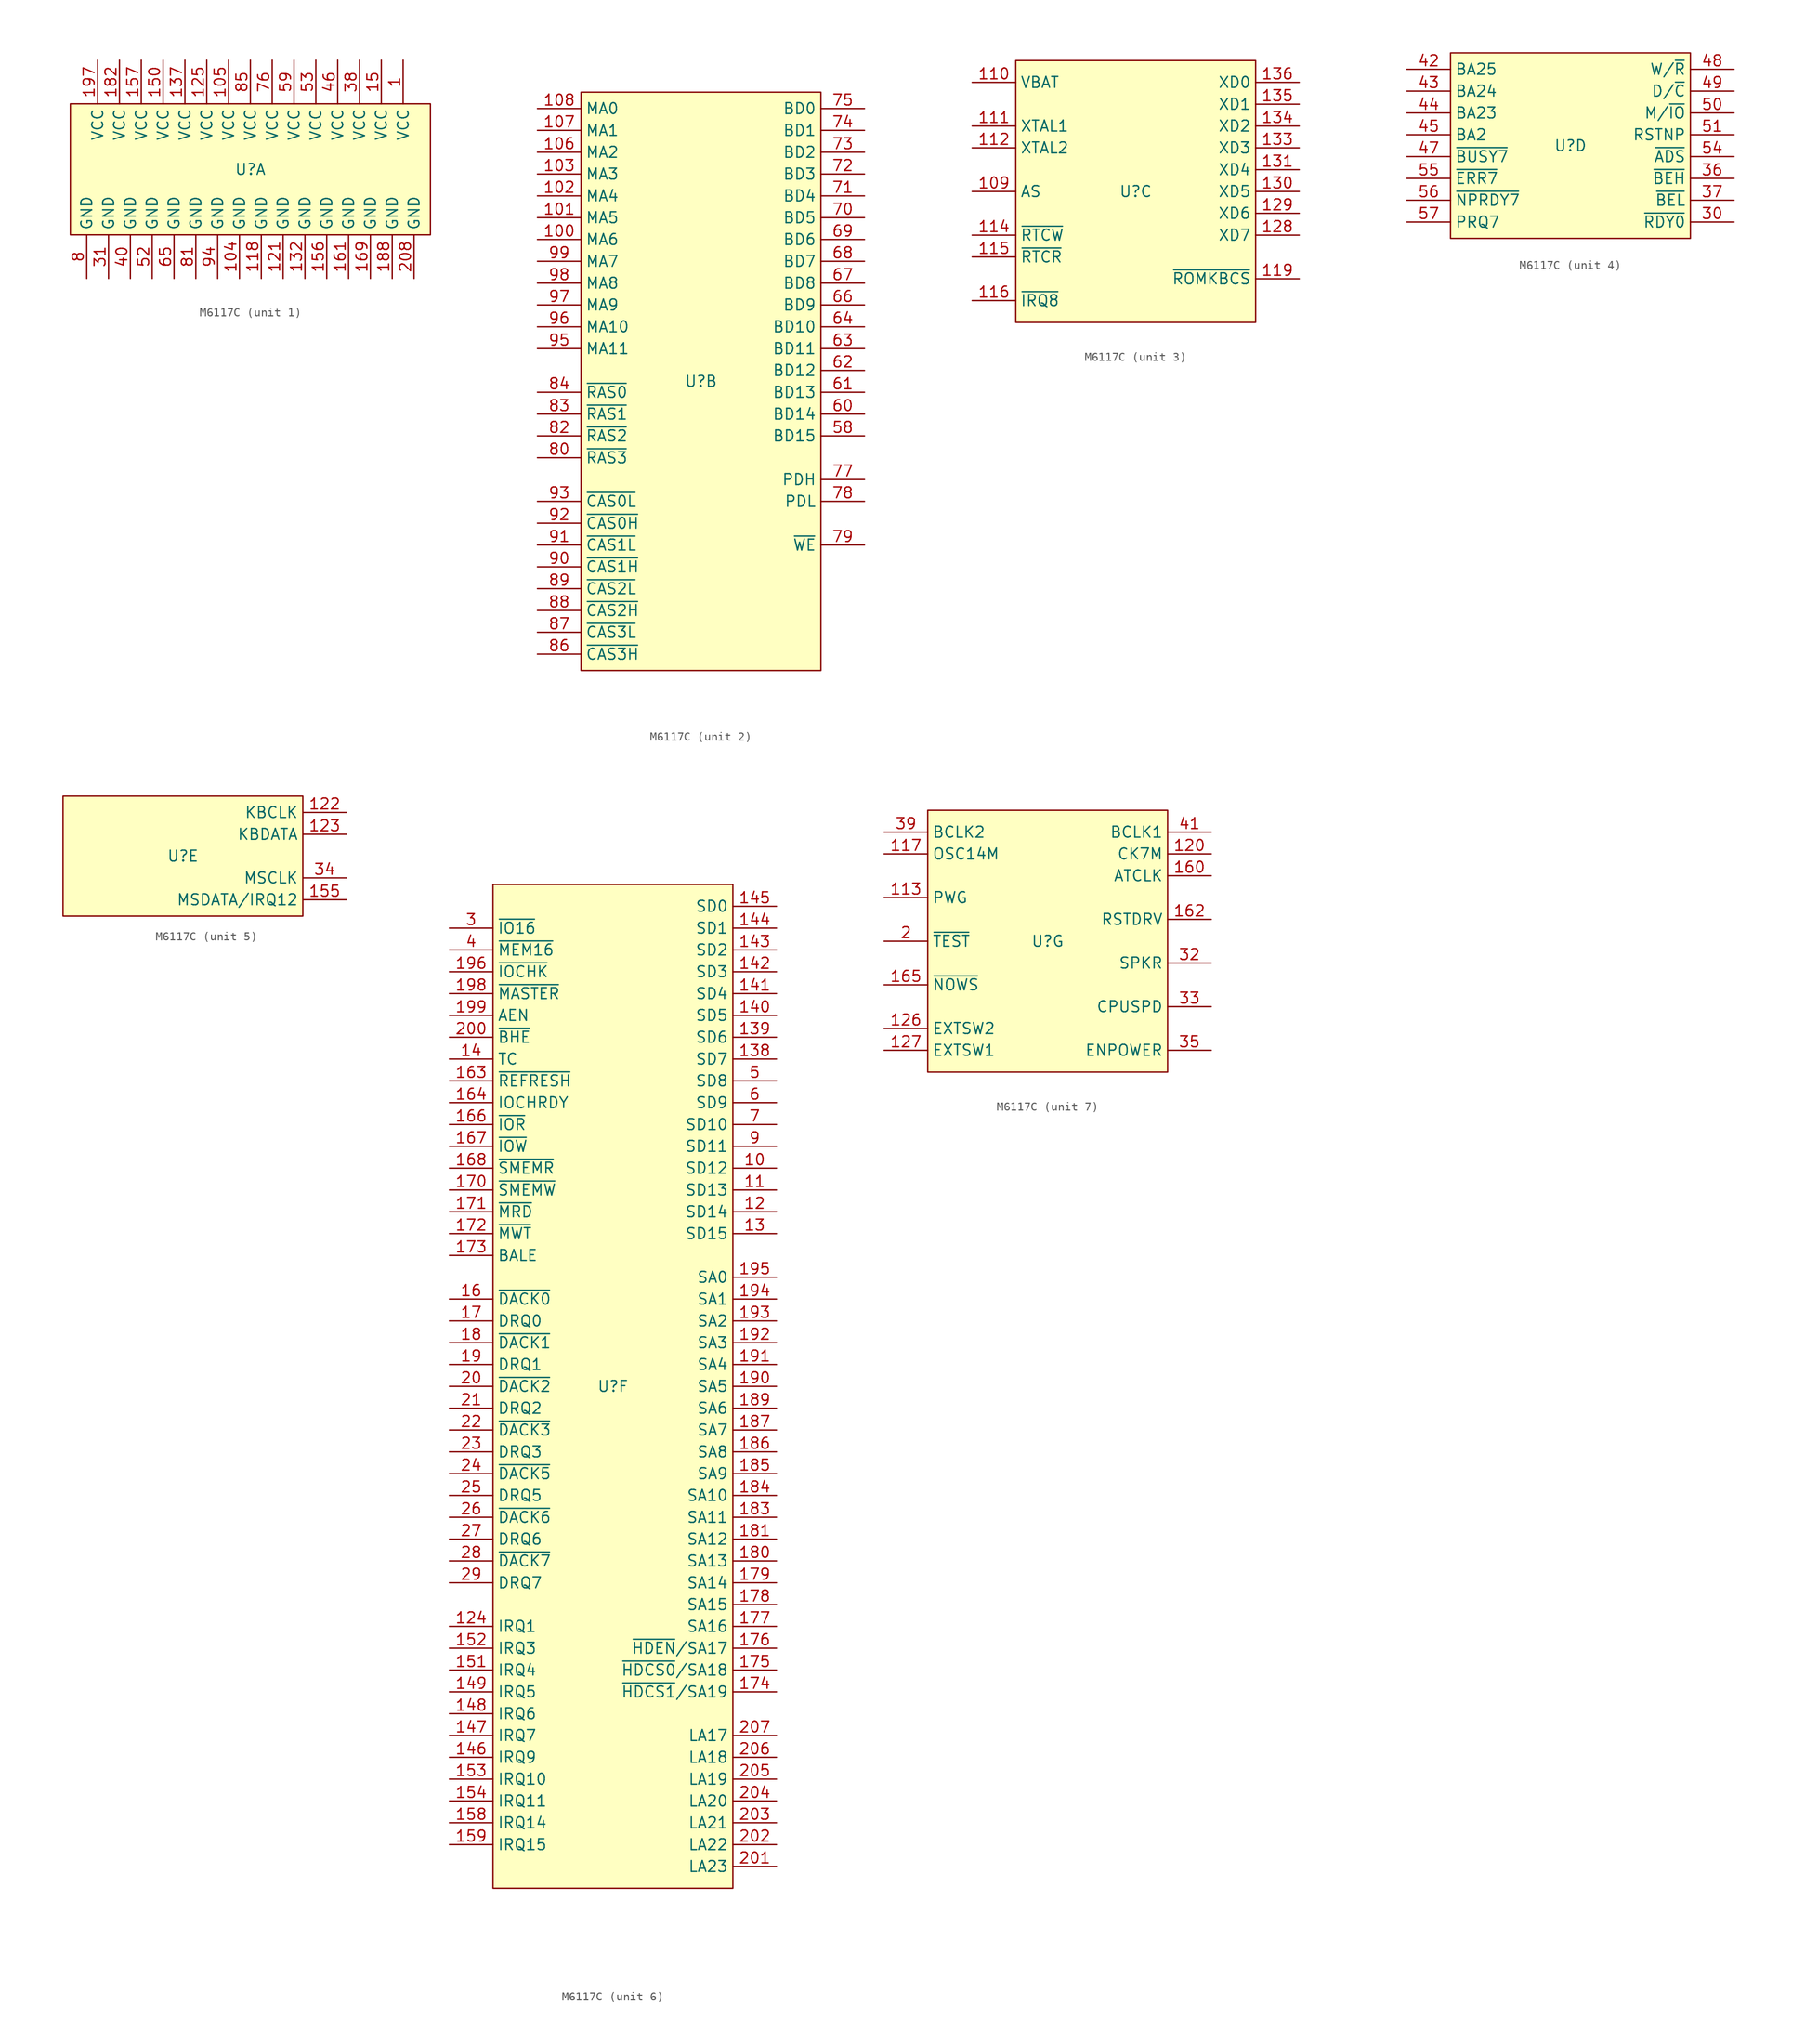
<source format=kicad_sym>
(kicad_symbol_lib
  (version 20231120)
  (generator "kicad_symbol_editor")
  (generator_version "8.0")
  (symbol "M6117C"
    (property "Reference" "U"
      (at 0 0 0)
      (effects (font (size 1.27 1.27))))
    (property "Value" ""
      (at 0 0 0)
      (effects (font (size 1.27 1.27))))
    (property "ki_locked" ""
      (at 0 0 0)
      (effects (font (size 1.27 1.27))))
    (symbol "M6117C_1_0"
      (unit_name "Power")
      (pin power_in line (at 17.78 12.7 270) (length 5.08) (name "VCC" (effects (font (size 1.27 1.27)))) (number "1" (effects (font (size 1.27 1.27)))))
      (pin power_in line (at -1.27 -12.7 90) (length 5.08) (name "GND" (effects (font (size 1.27 1.27)))) (number "104" (effects (font (size 1.27 1.27)))))
      (pin power_in line (at -2.54 12.7 270) (length 5.08) (name "VCC" (effects (font (size 1.27 1.27)))) (number "105" (effects (font (size 1.27 1.27)))))
      (pin power_in line (at 1.27 -12.7 90) (length 5.08) (name "GND" (effects (font (size 1.27 1.27)))) (number "118" (effects (font (size 1.27 1.27)))))
      (pin power_in line (at 3.81 -12.7 90) (length 5.08) (name "GND" (effects (font (size 1.27 1.27)))) (number "121" (effects (font (size 1.27 1.27)))))
      (pin power_in line (at -5.08 12.7 270) (length 5.08) (name "VCC" (effects (font (size 1.27 1.27)))) (number "125" (effects (font (size 1.27 1.27)))))
      (pin power_in line (at 6.35 -12.7 90) (length 5.08) (name "GND" (effects (font (size 1.27 1.27)))) (number "132" (effects (font (size 1.27 1.27)))))
      (pin power_in line (at -7.62 12.7 270) (length 5.08) (name "VCC" (effects (font (size 1.27 1.27)))) (number "137" (effects (font (size 1.27 1.27)))))
      (pin power_in line (at 15.24 12.7 270) (length 5.08) (name "VCC" (effects (font (size 1.27 1.27)))) (number "15" (effects (font (size 1.27 1.27)))))
      (pin power_in line (at -10.16 12.7 270) (length 5.08) (name "VCC" (effects (font (size 1.27 1.27)))) (number "150" (effects (font (size 1.27 1.27)))))
      (pin power_in line (at 8.89 -12.7 90) (length 5.08) (name "GND" (effects (font (size 1.27 1.27)))) (number "156" (effects (font (size 1.27 1.27)))))
      (pin power_in line (at -12.7 12.7 270) (length 5.08) (name "VCC" (effects (font (size 1.27 1.27)))) (number "157" (effects (font (size 1.27 1.27)))))
      (pin power_in line (at 11.43 -12.7 90) (length 5.08) (name "GND" (effects (font (size 1.27 1.27)))) (number "161" (effects (font (size 1.27 1.27)))))
      (pin power_in line (at 13.97 -12.7 90) (length 5.08) (name "GND" (effects (font (size 1.27 1.27)))) (number "169" (effects (font (size 1.27 1.27)))))
      (pin power_in line (at -15.24 12.7 270) (length 5.08) (name "VCC" (effects (font (size 1.27 1.27)))) (number "182" (effects (font (size 1.27 1.27)))))
      (pin power_in line (at 16.51 -12.7 90) (length 5.08) (name "GND" (effects (font (size 1.27 1.27)))) (number "188" (effects (font (size 1.27 1.27)))))
      (pin power_in line (at -17.78 12.7 270) (length 5.08) (name "VCC" (effects (font (size 1.27 1.27)))) (number "197" (effects (font (size 1.27 1.27)))))
      (pin power_in line (at 19.05 -12.7 90) (length 5.08) (name "GND" (effects (font (size 1.27 1.27)))) (number "208" (effects (font (size 1.27 1.27)))))
      (pin power_in line (at -16.51 -12.7 90) (length 5.08) (name "GND" (effects (font (size 1.27 1.27)))) (number "31" (effects (font (size 1.27 1.27)))))
      (pin power_in line (at 12.7 12.7 270) (length 5.08) (name "VCC" (effects (font (size 1.27 1.27)))) (number "38" (effects (font (size 1.27 1.27)))))
      (pin power_in line (at -13.97 -12.7 90) (length 5.08) (name "GND" (effects (font (size 1.27 1.27)))) (number "40" (effects (font (size 1.27 1.27)))))
      (pin power_in line (at 10.16 12.7 270) (length 5.08) (name "VCC" (effects (font (size 1.27 1.27)))) (number "46" (effects (font (size 1.27 1.27)))))
      (pin power_in line (at -11.43 -12.7 90) (length 5.08) (name "GND" (effects (font (size 1.27 1.27)))) (number "52" (effects (font (size 1.27 1.27)))))
      (pin power_in line (at 7.62 12.7 270) (length 5.08) (name "VCC" (effects (font (size 1.27 1.27)))) (number "53" (effects (font (size 1.27 1.27)))))
      (pin power_in line (at 5.08 12.7 270) (length 5.08) (name "VCC" (effects (font (size 1.27 1.27)))) (number "59" (effects (font (size 1.27 1.27)))))
      (pin power_in line (at -8.89 -12.7 90) (length 5.08) (name "GND" (effects (font (size 1.27 1.27)))) (number "65" (effects (font (size 1.27 1.27)))))
      (pin power_in line (at 2.54 12.7 270) (length 5.08) (name "VCC" (effects (font (size 1.27 1.27)))) (number "76" (effects (font (size 1.27 1.27)))))
      (pin power_in line (at -19.05 -12.7 90) (length 5.08) (name "GND" (effects (font (size 1.27 1.27)))) (number "8" (effects (font (size 1.27 1.27)))))
      (pin power_in line (at -6.35 -12.7 90) (length 5.08) (name "GND" (effects (font (size 1.27 1.27)))) (number "81" (effects (font (size 1.27 1.27)))))
      (pin power_in line (at 0 12.7 270) (length 5.08) (name "VCC" (effects (font (size 1.27 1.27)))) (number "85" (effects (font (size 1.27 1.27)))))
      (pin power_in line (at -3.81 -12.7 90) (length 5.08) (name "GND" (effects (font (size 1.27 1.27)))) (number "94" (effects (font (size 1.27 1.27))))))
    (symbol "M6117C_1_1"
      (unit_name "Power")
      (rectangle (start -20.955 7.62) (end 20.955 -7.62) (stroke (width 0) (type default)) (fill (type background))))
    (symbol "M6117C_2_0"
      (unit_name "RAM")
      (pin output line (at -19.05 16.51 0) (length 5.08) (name "MA6" (effects (font (size 1.27 1.27)))) (number "100" (effects (font (size 1.27 1.27)))))
      (pin output line (at -19.05 19.05 0) (length 5.08) (name "MA5" (effects (font (size 1.27 1.27)))) (number "101" (effects (font (size 1.27 1.27)))))
      (pin output line (at -19.05 21.59 0) (length 5.08) (name "MA4" (effects (font (size 1.27 1.27)))) (number "102" (effects (font (size 1.27 1.27)))))
      (pin output line (at -19.05 24.13 0) (length 5.08) (name "MA3" (effects (font (size 1.27 1.27)))) (number "103" (effects (font (size 1.27 1.27)))))
      (pin output line (at -19.05 26.67 0) (length 5.08) (name "MA2" (effects (font (size 1.27 1.27)))) (number "106" (effects (font (size 1.27 1.27)))))
      (pin output line (at -19.05 29.21 0) (length 5.08) (name "MA1" (effects (font (size 1.27 1.27)))) (number "107" (effects (font (size 1.27 1.27)))))
      (pin output line (at -19.05 31.75 0) (length 5.08) (name "MA0" (effects (font (size 1.27 1.27)))) (number "108" (effects (font (size 1.27 1.27)))))
      (pin bidirectional line (at 19.05 -6.35 180) (length 5.08) (name "BD15" (effects (font (size 1.27 1.27)))) (number "58" (effects (font (size 1.27 1.27)))))
      (pin bidirectional line (at 19.05 -3.81 180) (length 5.08) (name "BD14" (effects (font (size 1.27 1.27)))) (number "60" (effects (font (size 1.27 1.27)))))
      (pin bidirectional line (at 19.05 -1.27 180) (length 5.08) (name "BD13" (effects (font (size 1.27 1.27)))) (number "61" (effects (font (size 1.27 1.27)))))
      (pin bidirectional line (at 19.05 1.27 180) (length 5.08) (name "BD12" (effects (font (size 1.27 1.27)))) (number "62" (effects (font (size 1.27 1.27)))))
      (pin bidirectional line (at 19.05 3.81 180) (length 5.08) (name "BD11" (effects (font (size 1.27 1.27)))) (number "63" (effects (font (size 1.27 1.27)))))
      (pin bidirectional line (at 19.05 6.35 180) (length 5.08) (name "BD10" (effects (font (size 1.27 1.27)))) (number "64" (effects (font (size 1.27 1.27)))))
      (pin bidirectional line (at 19.05 8.89 180) (length 5.08) (name "BD9" (effects (font (size 1.27 1.27)))) (number "66" (effects (font (size 1.27 1.27)))))
      (pin bidirectional line (at 19.05 11.43 180) (length 5.08) (name "BD8" (effects (font (size 1.27 1.27)))) (number "67" (effects (font (size 1.27 1.27)))))
      (pin bidirectional line (at 19.05 13.97 180) (length 5.08) (name "BD7" (effects (font (size 1.27 1.27)))) (number "68" (effects (font (size 1.27 1.27)))))
      (pin bidirectional line (at 19.05 16.51 180) (length 5.08) (name "BD6" (effects (font (size 1.27 1.27)))) (number "69" (effects (font (size 1.27 1.27)))))
      (pin bidirectional line (at 19.05 19.05 180) (length 5.08) (name "BD5" (effects (font (size 1.27 1.27)))) (number "70" (effects (font (size 1.27 1.27)))))
      (pin bidirectional line (at 19.05 21.59 180) (length 5.08) (name "BD4" (effects (font (size 1.27 1.27)))) (number "71" (effects (font (size 1.27 1.27)))))
      (pin bidirectional line (at 19.05 24.13 180) (length 5.08) (name "BD3" (effects (font (size 1.27 1.27)))) (number "72" (effects (font (size 1.27 1.27)))))
      (pin bidirectional line (at 19.05 26.67 180) (length 5.08) (name "BD2" (effects (font (size 1.27 1.27)))) (number "73" (effects (font (size 1.27 1.27)))))
      (pin bidirectional line (at 19.05 29.21 180) (length 5.08) (name "BD1" (effects (font (size 1.27 1.27)))) (number "74" (effects (font (size 1.27 1.27)))))
      (pin bidirectional line (at 19.05 31.75 180) (length 5.08) (name "BD0" (effects (font (size 1.27 1.27)))) (number "75" (effects (font (size 1.27 1.27)))))
      (pin bidirectional line (at 19.05 -11.43 180) (length 5.08) (name "PDH" (effects (font (size 1.27 1.27)))) (number "77" (effects (font (size 1.27 1.27)))))
      (pin bidirectional line (at 19.05 -13.97 180) (length 5.08) (name "PDL" (effects (font (size 1.27 1.27)))) (number "78" (effects (font (size 1.27 1.27)))))
      (pin output line (at 19.05 -19.05 180) (length 5.08) (name "~{WE}" (effects (font (size 1.27 1.27)))) (number "79" (effects (font (size 1.27 1.27)))))
      (pin output line (at -19.05 -8.89 0) (length 5.08) (name "~{RAS3}" (effects (font (size 1.27 1.27)))) (number "80" (effects (font (size 1.27 1.27)))))
      (pin output line (at -19.05 -6.35 0) (length 5.08) (name "~{RAS2}" (effects (font (size 1.27 1.27)))) (number "82" (effects (font (size 1.27 1.27)))))
      (pin output line (at -19.05 -3.81 0) (length 5.08) (name "~{RAS1}" (effects (font (size 1.27 1.27)))) (number "83" (effects (font (size 1.27 1.27)))))
      (pin output line (at -19.05 -1.27 0) (length 5.08) (name "~{RAS0}" (effects (font (size 1.27 1.27)))) (number "84" (effects (font (size 1.27 1.27)))))
      (pin output line (at -19.05 -31.75 0) (length 5.08) (name "~{CAS3H}" (effects (font (size 1.27 1.27)))) (number "86" (effects (font (size 1.27 1.27)))))
      (pin output line (at -19.05 -29.21 0) (length 5.08) (name "~{CAS3L}" (effects (font (size 1.27 1.27)))) (number "87" (effects (font (size 1.27 1.27)))))
      (pin output line (at -19.05 -26.67 0) (length 5.08) (name "~{CAS2H}" (effects (font (size 1.27 1.27)))) (number "88" (effects (font (size 1.27 1.27)))))
      (pin output line (at -19.05 -24.13 0) (length 5.08) (name "~{CAS2L}" (effects (font (size 1.27 1.27)))) (number "89" (effects (font (size 1.27 1.27)))))
      (pin output line (at -19.05 -21.59 0) (length 5.08) (name "~{CAS1H}" (effects (font (size 1.27 1.27)))) (number "90" (effects (font (size 1.27 1.27)))))
      (pin output line (at -19.05 -19.05 0) (length 5.08) (name "~{CAS1L}" (effects (font (size 1.27 1.27)))) (number "91" (effects (font (size 1.27 1.27)))))
      (pin output line (at -19.05 -16.51 0) (length 5.08) (name "~{CAS0H}" (effects (font (size 1.27 1.27)))) (number "92" (effects (font (size 1.27 1.27)))))
      (pin output line (at -19.05 -13.97 0) (length 5.08) (name "~{CAS0L}" (effects (font (size 1.27 1.27)))) (number "93" (effects (font (size 1.27 1.27)))))
      (pin output line (at -19.05 3.81 0) (length 5.08) (name "MA11" (effects (font (size 1.27 1.27)))) (number "95" (effects (font (size 1.27 1.27)))))
      (pin output line (at -19.05 6.35 0) (length 5.08) (name "MA10" (effects (font (size 1.27 1.27)))) (number "96" (effects (font (size 1.27 1.27)))))
      (pin output line (at -19.05 8.89 0) (length 5.08) (name "MA9" (effects (font (size 1.27 1.27)))) (number "97" (effects (font (size 1.27 1.27)))))
      (pin output line (at -19.05 11.43 0) (length 5.08) (name "MA8" (effects (font (size 1.27 1.27)))) (number "98" (effects (font (size 1.27 1.27)))))
      (pin output line (at -19.05 13.97 0) (length 5.08) (name "MA7" (effects (font (size 1.27 1.27)))) (number "99" (effects (font (size 1.27 1.27))))))
    (symbol "M6117C_2_1"
      (unit_name "RAM")
      (rectangle (start -13.97 33.655) (end 13.97 -33.655) (stroke (width 0) (type default)) (fill (type background))))
    (symbol "M6117C_3_0"
      (unit_name "RTC and ROM Interface")
      (pin output line (at -19.05 0 0) (length 5.08) (name "AS" (effects (font (size 1.27 1.27)))) (number "109" (effects (font (size 1.27 1.27)))))
      (pin power_in line (at -19.05 12.7 0) (length 5.08) (name "VBAT" (effects (font (size 1.27 1.27)))) (number "110" (effects (font (size 1.27 1.27)))))
      (pin input line (at -19.05 7.62 0) (length 5.08) (name "XTAL1" (effects (font (size 1.27 1.27)))) (number "111" (effects (font (size 1.27 1.27)))))
      (pin output line (at -19.05 5.08 0) (length 5.08) (name "XTAL2" (effects (font (size 1.27 1.27)))) (number "112" (effects (font (size 1.27 1.27)))))
      (pin output line (at -19.05 -5.08 0) (length 5.08) (name "~{RTCW}" (effects (font (size 1.27 1.27)))) (number "114" (effects (font (size 1.27 1.27)))))
      (pin output line (at -19.05 -7.62 0) (length 5.08) (name "~{RTCR}" (effects (font (size 1.27 1.27)))) (number "115" (effects (font (size 1.27 1.27)))))
      (pin input line (at -19.05 -12.7 0) (length 5.08) (name "~{IRQ8}" (effects (font (size 1.27 1.27)))) (number "116" (effects (font (size 1.27 1.27)))))
      (pin bidirectional line (at 19.05 -10.16 180) (length 5.08) (name "~{ROMKBCS}" (effects (font (size 1.27 1.27)))) (number "119" (effects (font (size 1.27 1.27)))))
      (pin bidirectional line (at 19.05 -5.08 180) (length 5.08) (name "XD7" (effects (font (size 1.27 1.27)))) (number "128" (effects (font (size 1.27 1.27)))))
      (pin bidirectional line (at 19.05 -2.54 180) (length 5.08) (name "XD6" (effects (font (size 1.27 1.27)))) (number "129" (effects (font (size 1.27 1.27)))))
      (pin bidirectional line (at 19.05 0 180) (length 5.08) (name "XD5" (effects (font (size 1.27 1.27)))) (number "130" (effects (font (size 1.27 1.27)))))
      (pin bidirectional line (at 19.05 2.54 180) (length 5.08) (name "XD4" (effects (font (size 1.27 1.27)))) (number "131" (effects (font (size 1.27 1.27)))))
      (pin bidirectional line (at 19.05 5.08 180) (length 5.08) (name "XD3" (effects (font (size 1.27 1.27)))) (number "133" (effects (font (size 1.27 1.27)))))
      (pin bidirectional line (at 19.05 7.62 180) (length 5.08) (name "XD2" (effects (font (size 1.27 1.27)))) (number "134" (effects (font (size 1.27 1.27)))))
      (pin bidirectional line (at 19.05 10.16 180) (length 5.08) (name "XD1" (effects (font (size 1.27 1.27)))) (number "135" (effects (font (size 1.27 1.27)))))
      (pin bidirectional line (at 19.05 12.7 180) (length 5.08) (name "XD0" (effects (font (size 1.27 1.27)))) (number "136" (effects (font (size 1.27 1.27))))))
    (symbol "M6117C_3_1"
      (unit_name "RTC and ROM Interface")
      (rectangle (start -13.97 15.24) (end 13.97 -15.24) (stroke (width 0) (type default)) (fill (type background))))
    (symbol "M6117C_4_0"
      (unit_name "NPU Interface")
      (pin output line (at 19.05 -8.89 180) (length 5.08) (name "~{RDY0}" (effects (font (size 1.27 1.27)))) (number "30" (effects (font (size 1.27 1.27)))))
      (pin output line (at 19.05 -3.81 180) (length 5.08) (name "~{BEH}" (effects (font (size 1.27 1.27)))) (number "36" (effects (font (size 1.27 1.27)))))
      (pin output line (at 19.05 -6.35 180) (length 5.08) (name "~{BEL}" (effects (font (size 1.27 1.27)))) (number "37" (effects (font (size 1.27 1.27)))))
      (pin output line (at -19.05 8.89 0) (length 5.08) (name "BA25" (effects (font (size 1.27 1.27)))) (number "42" (effects (font (size 1.27 1.27)))))
      (pin output line (at -19.05 6.35 0) (length 5.08) (name "BA24" (effects (font (size 1.27 1.27)))) (number "43" (effects (font (size 1.27 1.27)))))
      (pin output line (at -19.05 3.81 0) (length 5.08) (name "BA23" (effects (font (size 1.27 1.27)))) (number "44" (effects (font (size 1.27 1.27)))))
      (pin output line (at -19.05 1.27 0) (length 5.08) (name "BA2" (effects (font (size 1.27 1.27)))) (number "45" (effects (font (size 1.27 1.27)))))
      (pin input line (at -19.05 -1.27 0) (length 5.08) (name "~{BUSY7}" (effects (font (size 1.27 1.27)))) (number "47" (effects (font (size 1.27 1.27)))))
      (pin output line (at 19.05 8.89 180) (length 5.08) (name "W/~{R}" (effects (font (size 1.27 1.27)))) (number "48" (effects (font (size 1.27 1.27)))))
      (pin output line (at 19.05 6.35 180) (length 5.08) (name "D/~{C}" (effects (font (size 1.27 1.27)))) (number "49" (effects (font (size 1.27 1.27)))))
      (pin output line (at 19.05 3.81 180) (length 5.08) (name "M/~{IO}" (effects (font (size 1.27 1.27)))) (number "50" (effects (font (size 1.27 1.27)))))
      (pin output line (at 19.05 1.27 180) (length 5.08) (name "RSTNP" (effects (font (size 1.27 1.27)))) (number "51" (effects (font (size 1.27 1.27)))))
      (pin output line (at 19.05 -1.27 180) (length 5.08) (name "~{ADS}" (effects (font (size 1.27 1.27)))) (number "54" (effects (font (size 1.27 1.27)))))
      (pin input line (at -19.05 -3.81 0) (length 5.08) (name "~{ERR7}" (effects (font (size 1.27 1.27)))) (number "55" (effects (font (size 1.27 1.27)))))
      (pin input line (at -19.05 -6.35 0) (length 5.08) (name "~{NPRDY7}" (effects (font (size 1.27 1.27)))) (number "56" (effects (font (size 1.27 1.27)))))
      (pin input line (at -19.05 -8.89 0) (length 5.08) (name "PRQ7" (effects (font (size 1.27 1.27)))) (number "57" (effects (font (size 1.27 1.27))))))
    (symbol "M6117C_4_1"
      (unit_name "NPU Interface")
      (rectangle (start -13.97 10.795) (end 13.97 -10.795) (stroke (width 0) (type default)) (fill (type background))))
    (symbol "M6117C_5_0"
      (unit_name "Keyboard and Mouse")
      (pin bidirectional line (at 19.05 5.08 180) (length 5.08) (name "KBCLK" (effects (font (size 1.27 1.27)))) (number "122" (effects (font (size 1.27 1.27)))))
      (pin bidirectional line (at 19.05 2.54 180) (length 5.08) (name "KBDATA" (effects (font (size 1.27 1.27)))) (number "123" (effects (font (size 1.27 1.27)))))
      (pin bidirectional line (at 19.05 -5.08 180) (length 5.08) (name "MSDATA/IRQ12" (effects (font (size 1.27 1.27)))) (number "155" (effects (font (size 1.27 1.27)))))
      (pin bidirectional line (at 19.05 -2.54 180) (length 5.08) (name "MSCLK" (effects (font (size 1.27 1.27)))) (number "34" (effects (font (size 1.27 1.27))))))
    (symbol "M6117C_5_1"
      (unit_name "Keyboard and Mouse")
      (rectangle (start -13.97 6.985) (end 13.97 -6.985) (stroke (width 0) (type default)) (fill (type background))))
    (symbol "M6117C_6_0"
      (unit_name "ISA Interface")
      (pin bidirectional line (at 19.05 25.4 180) (length 5.08) (name "SD12" (effects (font (size 1.27 1.27)))) (number "10" (effects (font (size 1.27 1.27)))))
      (pin bidirectional line (at 19.05 22.86 180) (length 5.08) (name "SD13" (effects (font (size 1.27 1.27)))) (number "11" (effects (font (size 1.27 1.27)))))
      (pin bidirectional line (at 19.05 20.32 180) (length 5.08) (name "SD14" (effects (font (size 1.27 1.27)))) (number "12" (effects (font (size 1.27 1.27)))))
      (pin bidirectional line (at -19.05 -27.94 0) (length 5.08) (name "IRQ1" (effects (font (size 1.27 1.27)))) (number "124" (effects (font (size 1.27 1.27)))))
      (pin bidirectional line (at 19.05 17.78 180) (length 5.08) (name "SD15" (effects (font (size 1.27 1.27)))) (number "13" (effects (font (size 1.27 1.27)))))
      (pin bidirectional line (at 19.05 38.1 180) (length 5.08) (name "SD7" (effects (font (size 1.27 1.27)))) (number "138" (effects (font (size 1.27 1.27)))))
      (pin bidirectional line (at 19.05 40.64 180) (length 5.08) (name "SD6" (effects (font (size 1.27 1.27)))) (number "139" (effects (font (size 1.27 1.27)))))
      (pin output line (at -19.05 38.1 0) (length 5.08) (name "TC" (effects (font (size 1.27 1.27)))) (number "14" (effects (font (size 1.27 1.27)))))
      (pin bidirectional line (at 19.05 43.18 180) (length 5.08) (name "SD5" (effects (font (size 1.27 1.27)))) (number "140" (effects (font (size 1.27 1.27)))))
      (pin bidirectional line (at 19.05 45.72 180) (length 5.08) (name "SD4" (effects (font (size 1.27 1.27)))) (number "141" (effects (font (size 1.27 1.27)))))
      (pin bidirectional line (at 19.05 48.26 180) (length 5.08) (name "SD3" (effects (font (size 1.27 1.27)))) (number "142" (effects (font (size 1.27 1.27)))))
      (pin bidirectional line (at 19.05 50.8 180) (length 5.08) (name "SD2" (effects (font (size 1.27 1.27)))) (number "143" (effects (font (size 1.27 1.27)))))
      (pin bidirectional line (at 19.05 53.34 180) (length 5.08) (name "SD1" (effects (font (size 1.27 1.27)))) (number "144" (effects (font (size 1.27 1.27)))))
      (pin bidirectional line (at 19.05 55.88 180) (length 5.08) (name "SD0" (effects (font (size 1.27 1.27)))) (number "145" (effects (font (size 1.27 1.27)))))
      (pin input line (at -19.05 -43.18 0) (length 5.08) (name "IRQ9" (effects (font (size 1.27 1.27)))) (number "146" (effects (font (size 1.27 1.27)))))
      (pin input line (at -19.05 -40.64 0) (length 5.08) (name "IRQ7" (effects (font (size 1.27 1.27)))) (number "147" (effects (font (size 1.27 1.27)))))
      (pin input line (at -19.05 -38.1 0) (length 5.08) (name "IRQ6" (effects (font (size 1.27 1.27)))) (number "148" (effects (font (size 1.27 1.27)))))
      (pin input line (at -19.05 -35.56 0) (length 5.08) (name "IRQ5" (effects (font (size 1.27 1.27)))) (number "149" (effects (font (size 1.27 1.27)))))
      (pin input line (at -19.05 -33.02 0) (length 5.08) (name "IRQ4" (effects (font (size 1.27 1.27)))) (number "151" (effects (font (size 1.27 1.27)))))
      (pin input line (at -19.05 -30.48 0) (length 5.08) (name "IRQ3" (effects (font (size 1.27 1.27)))) (number "152" (effects (font (size 1.27 1.27)))))
      (pin input line (at -19.05 -45.72 0) (length 5.08) (name "IRQ10" (effects (font (size 1.27 1.27)))) (number "153" (effects (font (size 1.27 1.27)))))
      (pin input line (at -19.05 -48.26 0) (length 5.08) (name "IRQ11" (effects (font (size 1.27 1.27)))) (number "154" (effects (font (size 1.27 1.27)))))
      (pin input line (at -19.05 -50.8 0) (length 5.08) (name "IRQ14" (effects (font (size 1.27 1.27)))) (number "158" (effects (font (size 1.27 1.27)))))
      (pin input line (at -19.05 -53.34 0) (length 5.08) (name "IRQ15" (effects (font (size 1.27 1.27)))) (number "159" (effects (font (size 1.27 1.27)))))
      (pin bidirectional line (at -19.05 10.16 0) (length 5.08) (name "~{DACK0}" (effects (font (size 1.27 1.27)))) (number "16" (effects (font (size 1.27 1.27)))))
      (pin bidirectional line (at -19.05 35.56 0) (length 5.08) (name "~{REFRESH}" (effects (font (size 1.27 1.27)))) (number "163" (effects (font (size 1.27 1.27)))))
      (pin input line (at -19.05 33.02 0) (length 5.08) (name "IOCHRDY" (effects (font (size 1.27 1.27)))) (number "164" (effects (font (size 1.27 1.27)))))
      (pin bidirectional line (at -19.05 30.48 0) (length 5.08) (name "~{IOR}" (effects (font (size 1.27 1.27)))) (number "166" (effects (font (size 1.27 1.27)))))
      (pin bidirectional line (at -19.05 27.94 0) (length 5.08) (name "~{IOW}" (effects (font (size 1.27 1.27)))) (number "167" (effects (font (size 1.27 1.27)))))
      (pin output line (at -19.05 25.4 0) (length 5.08) (name "~{SMEMR}" (effects (font (size 1.27 1.27)))) (number "168" (effects (font (size 1.27 1.27)))))
      (pin bidirectional line (at -19.05 7.62 0) (length 5.08) (name "DRQ0" (effects (font (size 1.27 1.27)))) (number "17" (effects (font (size 1.27 1.27)))))
      (pin output line (at -19.05 22.86 0) (length 5.08) (name "~{SMEMW}" (effects (font (size 1.27 1.27)))) (number "170" (effects (font (size 1.27 1.27)))))
      (pin bidirectional line (at -19.05 20.32 0) (length 5.08) (name "~{MRD}" (effects (font (size 1.27 1.27)))) (number "171" (effects (font (size 1.27 1.27)))))
      (pin bidirectional line (at -19.05 17.78 0) (length 5.08) (name "~{MWT}" (effects (font (size 1.27 1.27)))) (number "172" (effects (font (size 1.27 1.27)))))
      (pin output line (at -19.05 15.24 0) (length 5.08) (name "BALE" (effects (font (size 1.27 1.27)))) (number "173" (effects (font (size 1.27 1.27)))))
      (pin bidirectional line (at 19.05 -35.56 180) (length 5.08) (name "~{HDCS1}/SA19" (effects (font (size 1.27 1.27)))) (number "174" (effects (font (size 1.27 1.27)))))
      (pin bidirectional line (at 19.05 -33.02 180) (length 5.08) (name "~{HDCS0}/SA18" (effects (font (size 1.27 1.27)))) (number "175" (effects (font (size 1.27 1.27)))))
      (pin bidirectional line (at 19.05 -30.48 180) (length 5.08) (name "~{HDEN}/SA17" (effects (font (size 1.27 1.27)))) (number "176" (effects (font (size 1.27 1.27)))))
      (pin bidirectional line (at 19.05 -27.94 180) (length 5.08) (name "SA16" (effects (font (size 1.27 1.27)))) (number "177" (effects (font (size 1.27 1.27)))))
      (pin bidirectional line (at 19.05 -25.4 180) (length 5.08) (name "SA15" (effects (font (size 1.27 1.27)))) (number "178" (effects (font (size 1.27 1.27)))))
      (pin bidirectional line (at 19.05 -22.86 180) (length 5.08) (name "SA14" (effects (font (size 1.27 1.27)))) (number "179" (effects (font (size 1.27 1.27)))))
      (pin bidirectional line (at -19.05 5.08 0) (length 5.08) (name "~{DACK1}" (effects (font (size 1.27 1.27)))) (number "18" (effects (font (size 1.27 1.27)))))
      (pin bidirectional line (at 19.05 -20.32 180) (length 5.08) (name "SA13" (effects (font (size 1.27 1.27)))) (number "180" (effects (font (size 1.27 1.27)))))
      (pin bidirectional line (at 19.05 -17.78 180) (length 5.08) (name "SA12" (effects (font (size 1.27 1.27)))) (number "181" (effects (font (size 1.27 1.27)))))
      (pin bidirectional line (at 19.05 -15.24 180) (length 5.08) (name "SA11" (effects (font (size 1.27 1.27)))) (number "183" (effects (font (size 1.27 1.27)))))
      (pin bidirectional line (at 19.05 -12.7 180) (length 5.08) (name "SA10" (effects (font (size 1.27 1.27)))) (number "184" (effects (font (size 1.27 1.27)))))
      (pin bidirectional line (at 19.05 -10.16 180) (length 5.08) (name "SA9" (effects (font (size 1.27 1.27)))) (number "185" (effects (font (size 1.27 1.27)))))
      (pin bidirectional line (at 19.05 -7.62 180) (length 5.08) (name "SA8" (effects (font (size 1.27 1.27)))) (number "186" (effects (font (size 1.27 1.27)))))
      (pin bidirectional line (at 19.05 -5.08 180) (length 5.08) (name "SA7" (effects (font (size 1.27 1.27)))) (number "187" (effects (font (size 1.27 1.27)))))
      (pin bidirectional line (at 19.05 -2.54 180) (length 5.08) (name "SA6" (effects (font (size 1.27 1.27)))) (number "189" (effects (font (size 1.27 1.27)))))
      (pin bidirectional line (at -19.05 2.54 0) (length 5.08) (name "DRQ1" (effects (font (size 1.27 1.27)))) (number "19" (effects (font (size 1.27 1.27)))))
      (pin bidirectional line (at 19.05 0 180) (length 5.08) (name "SA5" (effects (font (size 1.27 1.27)))) (number "190" (effects (font (size 1.27 1.27)))))
      (pin bidirectional line (at 19.05 2.54 180) (length 5.08) (name "SA4" (effects (font (size 1.27 1.27)))) (number "191" (effects (font (size 1.27 1.27)))))
      (pin bidirectional line (at 19.05 5.08 180) (length 5.08) (name "SA3" (effects (font (size 1.27 1.27)))) (number "192" (effects (font (size 1.27 1.27)))))
      (pin bidirectional line (at 19.05 7.62 180) (length 5.08) (name "SA2" (effects (font (size 1.27 1.27)))) (number "193" (effects (font (size 1.27 1.27)))))
      (pin bidirectional line (at 19.05 10.16 180) (length 5.08) (name "SA1" (effects (font (size 1.27 1.27)))) (number "194" (effects (font (size 1.27 1.27)))))
      (pin bidirectional line (at 19.05 12.7 180) (length 5.08) (name "SA0" (effects (font (size 1.27 1.27)))) (number "195" (effects (font (size 1.27 1.27)))))
      (pin input line (at -19.05 48.26 0) (length 5.08) (name "~{IOCHK}" (effects (font (size 1.27 1.27)))) (number "196" (effects (font (size 1.27 1.27)))))
      (pin input line (at -19.05 45.72 0) (length 5.08) (name "~{MASTER}" (effects (font (size 1.27 1.27)))) (number "198" (effects (font (size 1.27 1.27)))))
      (pin bidirectional line (at -19.05 43.18 0) (length 5.08) (name "AEN" (effects (font (size 1.27 1.27)))) (number "199" (effects (font (size 1.27 1.27)))))
      (pin bidirectional line (at -19.05 0 0) (length 5.08) (name "~{DACK2}" (effects (font (size 1.27 1.27)))) (number "20" (effects (font (size 1.27 1.27)))))
      (pin bidirectional line (at -19.05 40.64 0) (length 5.08) (name "~{BHE}" (effects (font (size 1.27 1.27)))) (number "200" (effects (font (size 1.27 1.27)))))
      (pin bidirectional line (at 19.05 -55.88 180) (length 5.08) (name "LA23" (effects (font (size 1.27 1.27)))) (number "201" (effects (font (size 1.27 1.27)))))
      (pin bidirectional line (at 19.05 -53.34 180) (length 5.08) (name "LA22" (effects (font (size 1.27 1.27)))) (number "202" (effects (font (size 1.27 1.27)))))
      (pin bidirectional line (at 19.05 -50.8 180) (length 5.08) (name "LA21" (effects (font (size 1.27 1.27)))) (number "203" (effects (font (size 1.27 1.27)))))
      (pin bidirectional line (at 19.05 -48.26 180) (length 5.08) (name "LA20" (effects (font (size 1.27 1.27)))) (number "204" (effects (font (size 1.27 1.27)))))
      (pin bidirectional line (at 19.05 -45.72 180) (length 5.08) (name "LA19" (effects (font (size 1.27 1.27)))) (number "205" (effects (font (size 1.27 1.27)))))
      (pin bidirectional line (at 19.05 -43.18 180) (length 5.08) (name "LA18" (effects (font (size 1.27 1.27)))) (number "206" (effects (font (size 1.27 1.27)))))
      (pin bidirectional line (at 19.05 -40.64 180) (length 5.08) (name "LA17" (effects (font (size 1.27 1.27)))) (number "207" (effects (font (size 1.27 1.27)))))
      (pin bidirectional line (at -19.05 -2.54 0) (length 5.08) (name "DRQ2" (effects (font (size 1.27 1.27)))) (number "21" (effects (font (size 1.27 1.27)))))
      (pin bidirectional line (at -19.05 -5.08 0) (length 5.08) (name "~{DACK3}" (effects (font (size 1.27 1.27)))) (number "22" (effects (font (size 1.27 1.27)))))
      (pin bidirectional line (at -19.05 -7.62 0) (length 5.08) (name "DRQ3" (effects (font (size 1.27 1.27)))) (number "23" (effects (font (size 1.27 1.27)))))
      (pin bidirectional line (at -19.05 -10.16 0) (length 5.08) (name "~{DACK5}" (effects (font (size 1.27 1.27)))) (number "24" (effects (font (size 1.27 1.27)))))
      (pin bidirectional line (at -19.05 -12.7 0) (length 5.08) (name "DRQ5" (effects (font (size 1.27 1.27)))) (number "25" (effects (font (size 1.27 1.27)))))
      (pin bidirectional line (at -19.05 -15.24 0) (length 5.08) (name "~{DACK6}" (effects (font (size 1.27 1.27)))) (number "26" (effects (font (size 1.27 1.27)))))
      (pin bidirectional line (at -19.05 -17.78 0) (length 5.08) (name "DRQ6" (effects (font (size 1.27 1.27)))) (number "27" (effects (font (size 1.27 1.27)))))
      (pin bidirectional line (at -19.05 -20.32 0) (length 5.08) (name "~{DACK7}" (effects (font (size 1.27 1.27)))) (number "28" (effects (font (size 1.27 1.27)))))
      (pin bidirectional line (at -19.05 -22.86 0) (length 5.08) (name "DRQ7" (effects (font (size 1.27 1.27)))) (number "29" (effects (font (size 1.27 1.27)))))
      (pin input line (at -19.05 53.34 0) (length 5.08) (name "~{IO16}" (effects (font (size 1.27 1.27)))) (number "3" (effects (font (size 1.27 1.27)))))
      (pin input line (at -19.05 50.8 0) (length 5.08) (name "~{MEM16}" (effects (font (size 1.27 1.27)))) (number "4" (effects (font (size 1.27 1.27)))))
      (pin bidirectional line (at 19.05 35.56 180) (length 5.08) (name "SD8" (effects (font (size 1.27 1.27)))) (number "5" (effects (font (size 1.27 1.27)))))
      (pin bidirectional line (at 19.05 33.02 180) (length 5.08) (name "SD9" (effects (font (size 1.27 1.27)))) (number "6" (effects (font (size 1.27 1.27)))))
      (pin bidirectional line (at 19.05 30.48 180) (length 5.08) (name "SD10" (effects (font (size 1.27 1.27)))) (number "7" (effects (font (size 1.27 1.27)))))
      (pin bidirectional line (at 19.05 27.94 180) (length 5.08) (name "SD11" (effects (font (size 1.27 1.27)))) (number "9" (effects (font (size 1.27 1.27))))))
    (symbol "M6117C_6_1"
      (unit_name "ISA Interface")
      (rectangle (start -13.97 58.42) (end 13.97 -58.42) (stroke (width 0) (type default)) (fill (type background))))
    (symbol "M6117C_7_0"
      (unit_name "Oscillators and Misc")
      (pin input line (at -19.05 5.08 0) (length 5.08) (name "PWG" (effects (font (size 1.27 1.27)))) (number "113" (effects (font (size 1.27 1.27)))))
      (pin input line (at -19.05 10.16 0) (length 5.08) (name "OSC14M" (effects (font (size 1.27 1.27)))) (number "117" (effects (font (size 1.27 1.27)))))
      (pin output line (at 19.05 10.16 180) (length 5.08) (name "CK7M" (effects (font (size 1.27 1.27)))) (number "120" (effects (font (size 1.27 1.27)))))
      (pin input line (at -19.05 -10.16 0) (length 5.08) (name "EXTSW2" (effects (font (size 1.27 1.27)))) (number "126" (effects (font (size 1.27 1.27)))))
      (pin input line (at -19.05 -12.7 0) (length 5.08) (name "EXTSW1" (effects (font (size 1.27 1.27)))) (number "127" (effects (font (size 1.27 1.27)))))
      (pin output line (at 19.05 7.62 180) (length 5.08) (name "ATCLK" (effects (font (size 1.27 1.27)))) (number "160" (effects (font (size 1.27 1.27)))))
      (pin output line (at 19.05 2.54 180) (length 5.08) (name "RSTDRV" (effects (font (size 1.27 1.27)))) (number "162" (effects (font (size 1.27 1.27)))))
      (pin input line (at -19.05 -5.08 0) (length 5.08) (name "~{NOWS}" (effects (font (size 1.27 1.27)))) (number "165" (effects (font (size 1.27 1.27)))))
      (pin input line (at -19.05 0 0) (length 5.08) (name "~{TEST}" (effects (font (size 1.27 1.27)))) (number "2" (effects (font (size 1.27 1.27)))))
      (pin output line (at 19.05 -2.54 180) (length 5.08) (name "SPKR" (effects (font (size 1.27 1.27)))) (number "32" (effects (font (size 1.27 1.27)))))
      (pin output line (at 19.05 -7.62 180) (length 5.08) (name "CPUSPD" (effects (font (size 1.27 1.27)))) (number "33" (effects (font (size 1.27 1.27)))))
      (pin output line (at 19.05 -12.7 180) (length 5.08) (name "ENPOWER" (effects (font (size 1.27 1.27)))) (number "35" (effects (font (size 1.27 1.27)))))
      (pin input line (at -19.05 12.7 0) (length 5.08) (name "BCLK2" (effects (font (size 1.27 1.27)))) (number "39" (effects (font (size 1.27 1.27)))))
      (pin output line (at 19.05 12.7 180) (length 5.08) (name "BCLK1" (effects (font (size 1.27 1.27)))) (number "41" (effects (font (size 1.27 1.27))))))
    (symbol "M6117C_7_1"
      (unit_name "Oscillators and Misc")
      (rectangle (start -13.97 15.24) (end 13.97 -15.24) (stroke (width 0) (type default)) (fill (type background))))))
</source>
